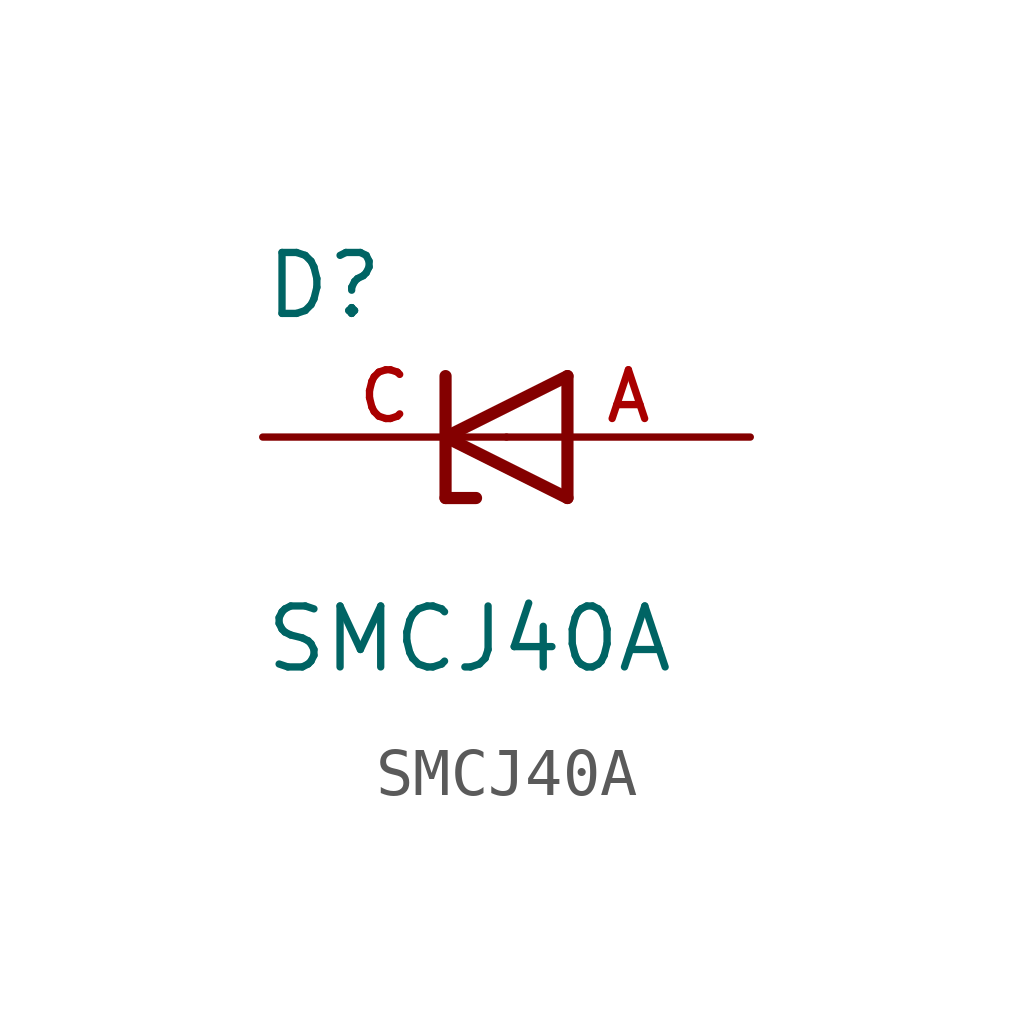
<source format=kicad_sym>
(kicad_symbol_lib
  (version 20211014)
  (generator kicad_symbol_editor)
  (symbol "SMCJ40A"
    (pin_names
      (offset 1.016))
    (property "Reference" "D"
      (at -5.08 2.413 0)
      (effects (font (size 1.27 1.27)) (justify bottom left)))
    (property "Value" "SMCJ40A"
      (at -5.08 -4.953 0)
      (effects (font (size 1.27 1.27)) (justify bottom left)))
    (symbol "SMCJ40A_0_0"
      (polyline (pts (xy 1.27 1.27) (xy -1.27 0.0)) (stroke (width 0.254)))
      (polyline (pts (xy -1.27 0.0) (xy 1.27 -1.27)) (stroke (width 0.254)))
      (polyline (pts (xy -0.635 -1.27) (xy -1.27 -1.27)) (stroke (width 0.254)))
      (polyline (pts (xy -1.27 -1.27) (xy -1.27 0.0)) (stroke (width 0.254)))
      (polyline (pts (xy 1.27 -1.27) (xy 1.27 1.27)) (stroke (width 0.254)))
      (polyline (pts (xy -1.27 0.0) (xy -1.27 1.27)) (stroke (width 0.254)))
      (pin passive line (at 5.08 0.0 180.0) (length 5.08) (name "~" (effects (font (size 1.016 1.016)))) (number "A" (effects (font (size 1.016 1.016)))))
      (pin passive line (at -5.08 0.0 0) (length 5.08) (name "~" (effects (font (size 1.016 1.016)))) (number "C" (effects (font (size 1.016 1.016))))))))
</source>
